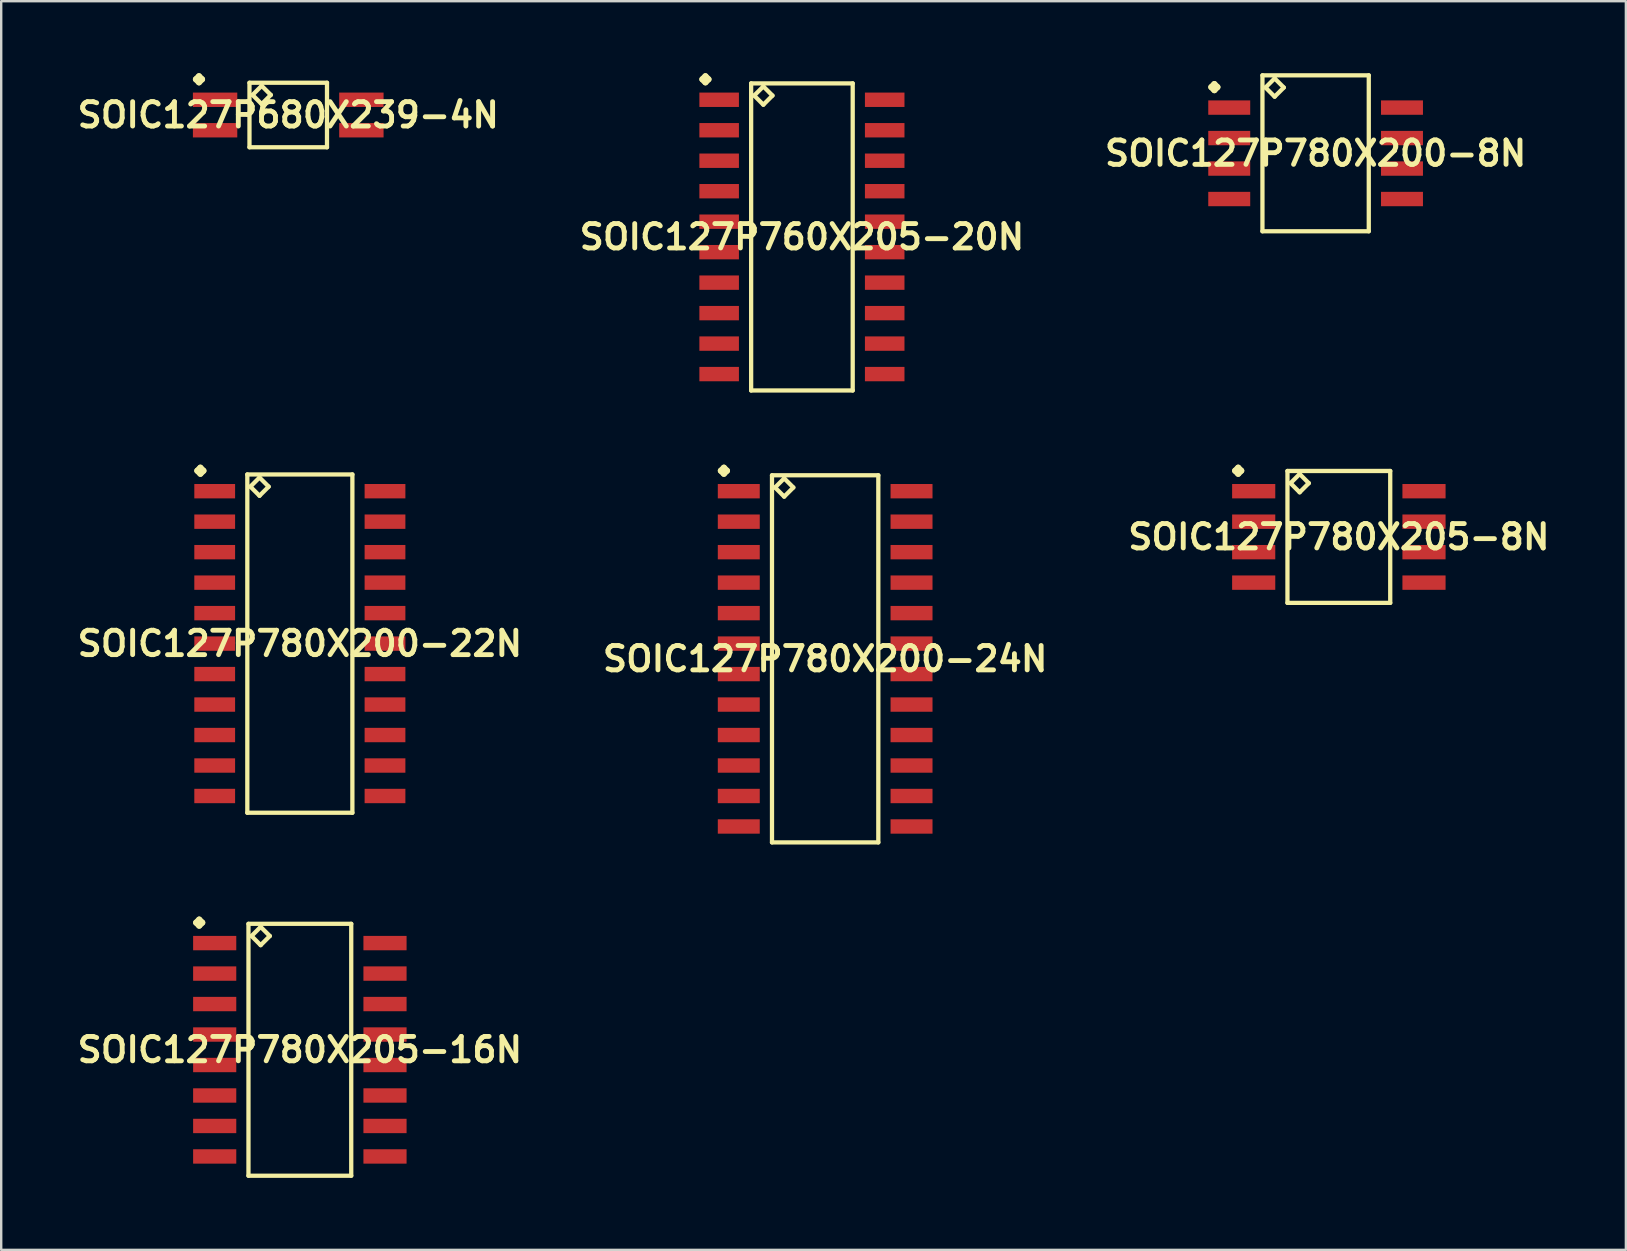
<source format=kicad_pcb>
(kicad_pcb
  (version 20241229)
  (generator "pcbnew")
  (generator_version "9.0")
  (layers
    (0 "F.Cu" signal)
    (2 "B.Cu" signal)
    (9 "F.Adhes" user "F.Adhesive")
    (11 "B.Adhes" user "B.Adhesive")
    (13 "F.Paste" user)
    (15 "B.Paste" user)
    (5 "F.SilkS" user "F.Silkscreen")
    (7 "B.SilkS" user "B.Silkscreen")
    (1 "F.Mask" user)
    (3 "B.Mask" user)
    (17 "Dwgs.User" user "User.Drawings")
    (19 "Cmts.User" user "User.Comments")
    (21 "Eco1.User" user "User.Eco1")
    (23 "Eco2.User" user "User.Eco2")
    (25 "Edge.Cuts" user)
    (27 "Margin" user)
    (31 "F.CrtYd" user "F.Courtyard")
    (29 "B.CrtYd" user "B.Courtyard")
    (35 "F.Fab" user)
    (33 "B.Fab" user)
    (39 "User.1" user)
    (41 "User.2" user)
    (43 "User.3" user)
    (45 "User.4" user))
  (footprint "SOIC127P680X239-4N"
    (layer "F.Cu")
    (at 8.96 1.742)
    (property "Reference" "SOIC127P680X239-4N" (at 0 0 0) (layer "F.SilkS") (effects (font (size 1.016 1.016) (thickness 0.203))))
    (attr smd)
    (fp_line (start -3.846 -1.488) (end -3.719 -1.615) (stroke (width 0.254) (type solid)) (layer "F.SilkS"))
    (fp_line (start -3.719 -1.615) (end -3.592 -1.488) (stroke (width 0.254) (type solid)) (layer "F.SilkS"))
    (fp_line (start -3.719 -1.361) (end -3.846 -1.488) (stroke (width 0.254) (type solid)) (layer "F.SilkS"))
    (fp_line (start -3.592 -1.488) (end -3.719 -1.361) (stroke (width 0.254) (type solid)) (layer "F.SilkS"))
    (fp_line (start -1.615 -1.344) (end -1.615 1.344) (stroke (width 0.178) (type solid)) (layer "F.SilkS"))
    (fp_line (start -1.615 1.344) (end 1.615 1.344) (stroke (width 0.178) (type solid)) (layer "F.SilkS"))
    (fp_line (start -1.488 -0.836) (end -1.107 -1.217) (stroke (width 0.178) (type solid)) (layer "F.SilkS"))
    (fp_line (start -1.107 -1.217) (end -0.726 -0.836) (stroke (width 0.178) (type solid)) (layer "F.SilkS"))
    (fp_line (start -1.107 -0.455) (end -1.488 -0.836) (stroke (width 0.178) (type solid)) (layer "F.SilkS"))
    (fp_line (start -0.726 -0.836) (end -1.107 -0.455) (stroke (width 0.178) (type solid)) (layer "F.SilkS"))
    (fp_line (start 1.615 -1.344) (end -1.615 -1.344) (stroke (width 0.178) (type solid)) (layer "F.SilkS"))
    (fp_line (start 1.615 1.344) (end 1.615 -1.344) (stroke (width 0.178) (type solid)) (layer "F.SilkS"))
    (pad "1" smd rect (at -3.048 -0.635) (size 1.849 0.599) (layers "F.Cu" "F.Mask" "F.Paste"))
    (pad "2" smd rect (at -3.048 0.635) (size 1.849 0.599) (layers "F.Cu" "F.Mask" "F.Paste"))
    (pad "3" smd rect (at 3.048 0.635) (size 1.849 0.599) (layers "F.Cu" "F.Mask" "F.Paste"))
    (pad "4" smd rect (at 3.048 -0.635) (size 1.849 0.599) (layers "F.Cu" "F.Mask" "F.Paste")))
  (footprint "SOIC127P780X200-24N"
    (layer "F.Cu")
    (at 31.332 24.402)
    (property "Reference" "SOIC127P780X200-24N" (at 0 0 0) (layer "F.SilkS") (effects (font (size 1.016 1.016) (thickness 0.203))))
    (attr smd)
    (fp_line (start -4.346 -7.838) (end -4.219 -7.965) (stroke (width 0.254) (type solid)) (layer "F.SilkS"))
    (fp_line (start -4.219 -7.965) (end -4.092 -7.838) (stroke (width 0.254) (type solid)) (layer "F.SilkS"))
    (fp_line (start -4.219 -7.711) (end -4.346 -7.838) (stroke (width 0.254) (type solid)) (layer "F.SilkS"))
    (fp_line (start -4.092 -7.838) (end -4.219 -7.711) (stroke (width 0.254) (type solid)) (layer "F.SilkS"))
    (fp_line (start -2.215 -7.648) (end -2.215 7.648) (stroke (width 0.178) (type solid)) (layer "F.SilkS"))
    (fp_line (start -2.215 7.648) (end 2.215 7.648) (stroke (width 0.178) (type solid)) (layer "F.SilkS"))
    (fp_line (start -2.088 -7.14) (end -1.707 -7.521) (stroke (width 0.178) (type solid)) (layer "F.SilkS"))
    (fp_line (start -1.707 -7.521) (end -1.326 -7.14) (stroke (width 0.178) (type solid)) (layer "F.SilkS"))
    (fp_line (start -1.707 -6.759) (end -2.088 -7.14) (stroke (width 0.178) (type solid)) (layer "F.SilkS"))
    (fp_line (start -1.326 -7.14) (end -1.707 -6.759) (stroke (width 0.178) (type solid)) (layer "F.SilkS"))
    (fp_line (start 2.215 -7.648) (end -2.215 -7.648) (stroke (width 0.178) (type solid)) (layer "F.SilkS"))
    (fp_line (start 2.215 7.648) (end 2.215 -7.648) (stroke (width 0.178) (type solid)) (layer "F.SilkS"))
    (pad "1" smd rect (at -3.599 -6.985) (size 1.748 0.599) (layers "F.Cu" "F.Mask" "F.Paste"))
    (pad "2" smd rect (at -3.599 -5.715) (size 1.748 0.599) (layers "F.Cu" "F.Mask" "F.Paste"))
    (pad "3" smd rect (at -3.599 -4.445) (size 1.748 0.599) (layers "F.Cu" "F.Mask" "F.Paste"))
    (pad "4" smd rect (at -3.599 -3.175) (size 1.748 0.599) (layers "F.Cu" "F.Mask" "F.Paste"))
    (pad "5" smd rect (at -3.599 -1.905) (size 1.748 0.599) (layers "F.Cu" "F.Mask" "F.Paste"))
    (pad "6" smd rect (at -3.599 -0.635) (size 1.748 0.599) (layers "F.Cu" "F.Mask" "F.Paste"))
    (pad "7" smd rect (at -3.599 0.635) (size 1.748 0.599) (layers "F.Cu" "F.Mask" "F.Paste"))
    (pad "8" smd rect (at -3.599 1.905) (size 1.748 0.599) (layers "F.Cu" "F.Mask" "F.Paste"))
    (pad "9" smd rect (at -3.599 3.175) (size 1.748 0.599) (layers "F.Cu" "F.Mask" "F.Paste"))
    (pad "10" smd rect (at -3.599 4.445) (size 1.748 0.599) (layers "F.Cu" "F.Mask" "F.Paste"))
    (pad "11" smd rect (at -3.599 5.715) (size 1.748 0.599) (layers "F.Cu" "F.Mask" "F.Paste"))
    (pad "12" smd rect (at -3.599 6.985) (size 1.748 0.599) (layers "F.Cu" "F.Mask" "F.Paste"))
    (pad "13" smd rect (at 3.599 6.985) (size 1.748 0.599) (layers "F.Cu" "F.Mask" "F.Paste"))
    (pad "14" smd rect (at 3.599 5.715) (size 1.748 0.599) (layers "F.Cu" "F.Mask" "F.Paste"))
    (pad "15" smd rect (at 3.599 4.445) (size 1.748 0.599) (layers "F.Cu" "F.Mask" "F.Paste"))
    (pad "16" smd rect (at 3.599 3.175) (size 1.748 0.599) (layers "F.Cu" "F.Mask" "F.Paste"))
    (pad "17" smd rect (at 3.599 1.905) (size 1.748 0.599) (layers "F.Cu" "F.Mask" "F.Paste"))
    (pad "18" smd rect (at 3.599 0.635) (size 1.748 0.599) (layers "F.Cu" "F.Mask" "F.Paste"))
    (pad "19" smd rect (at 3.599 -0.635) (size 1.748 0.599) (layers "F.Cu" "F.Mask" "F.Paste"))
    (pad "20" smd rect (at 3.599 -1.905) (size 1.748 0.599) (layers "F.Cu" "F.Mask" "F.Paste"))
    (pad "21" smd rect (at 3.599 -3.175) (size 1.748 0.599) (layers "F.Cu" "F.Mask" "F.Paste"))
    (pad "22" smd rect (at 3.599 -4.445) (size 1.748 0.599) (layers "F.Cu" "F.Mask" "F.Paste"))
    (pad "23" smd rect (at 3.599 -5.715) (size 1.748 0.599) (layers "F.Cu" "F.Mask" "F.Paste"))
    (pad "24" smd rect (at 3.599 -6.985) (size 1.748 0.599) (layers "F.Cu" "F.Mask" "F.Paste")))
  (footprint "SOIC127P760X205-20N"
    (layer "F.Cu")
    (at 30.364 6.822)
    (property "Reference" "SOIC127P760X205-20N" (at 0 0 0) (layer "F.SilkS") (effects (font (size 1.016 1.016) (thickness 0.203))))
    (attr smd)
    (fp_line (start -4.148 -6.568) (end -4.021 -6.695) (stroke (width 0.254) (type solid)) (layer "F.SilkS"))
    (fp_line (start -4.021 -6.695) (end -3.894 -6.568) (stroke (width 0.254) (type solid)) (layer "F.SilkS"))
    (fp_line (start -4.021 -6.441) (end -4.148 -6.568) (stroke (width 0.254) (type solid)) (layer "F.SilkS"))
    (fp_line (start -3.894 -6.568) (end -4.021 -6.441) (stroke (width 0.254) (type solid)) (layer "F.SilkS"))
    (fp_line (start -2.116 -6.398) (end -2.116 6.398) (stroke (width 0.178) (type solid)) (layer "F.SilkS"))
    (fp_line (start -2.116 6.398) (end 2.116 6.398) (stroke (width 0.178) (type solid)) (layer "F.SilkS"))
    (fp_line (start -1.989 -5.89) (end -1.608 -6.271) (stroke (width 0.178) (type solid)) (layer "F.SilkS"))
    (fp_line (start -1.608 -6.271) (end -1.227 -5.89) (stroke (width 0.178) (type solid)) (layer "F.SilkS"))
    (fp_line (start -1.608 -5.509) (end -1.989 -5.89) (stroke (width 0.178) (type solid)) (layer "F.SilkS"))
    (fp_line (start -1.227 -5.89) (end -1.608 -5.509) (stroke (width 0.178) (type solid)) (layer "F.SilkS"))
    (fp_line (start 2.116 -6.398) (end -2.116 -6.398) (stroke (width 0.178) (type solid)) (layer "F.SilkS"))
    (fp_line (start 2.116 6.398) (end 2.116 -6.398) (stroke (width 0.178) (type solid)) (layer "F.SilkS"))
    (pad "1" smd rect (at -3.449 -5.715) (size 1.648 0.599) (layers "F.Cu" "F.Mask" "F.Paste"))
    (pad "2" smd rect (at -3.449 -4.445) (size 1.648 0.599) (layers "F.Cu" "F.Mask" "F.Paste"))
    (pad "3" smd rect (at -3.449 -3.175) (size 1.648 0.599) (layers "F.Cu" "F.Mask" "F.Paste"))
    (pad "4" smd rect (at -3.449 -1.905) (size 1.648 0.599) (layers "F.Cu" "F.Mask" "F.Paste"))
    (pad "5" smd rect (at -3.449 -0.635) (size 1.648 0.599) (layers "F.Cu" "F.Mask" "F.Paste"))
    (pad "6" smd rect (at -3.449 0.635) (size 1.648 0.599) (layers "F.Cu" "F.Mask" "F.Paste"))
    (pad "7" smd rect (at -3.449 1.905) (size 1.648 0.599) (layers "F.Cu" "F.Mask" "F.Paste"))
    (pad "8" smd rect (at -3.449 3.175) (size 1.648 0.599) (layers "F.Cu" "F.Mask" "F.Paste"))
    (pad "9" smd rect (at -3.449 4.445) (size 1.648 0.599) (layers "F.Cu" "F.Mask" "F.Paste"))
    (pad "10" smd rect (at -3.449 5.715) (size 1.648 0.599) (layers "F.Cu" "F.Mask" "F.Paste"))
    (pad "11" smd rect (at 3.449 5.715) (size 1.648 0.599) (layers "F.Cu" "F.Mask" "F.Paste"))
    (pad "12" smd rect (at 3.449 4.445) (size 1.648 0.599) (layers "F.Cu" "F.Mask" "F.Paste"))
    (pad "13" smd rect (at 3.449 3.175) (size 1.648 0.599) (layers "F.Cu" "F.Mask" "F.Paste"))
    (pad "14" smd rect (at 3.449 1.905) (size 1.648 0.599) (layers "F.Cu" "F.Mask" "F.Paste"))
    (pad "15" smd rect (at 3.449 0.635) (size 1.648 0.599) (layers "F.Cu" "F.Mask" "F.Paste"))
    (pad "16" smd rect (at 3.449 -0.635) (size 1.648 0.599) (layers "F.Cu" "F.Mask" "F.Paste"))
    (pad "17" smd rect (at 3.449 -1.905) (size 1.648 0.599) (layers "F.Cu" "F.Mask" "F.Paste"))
    (pad "18" smd rect (at 3.449 -3.175) (size 1.648 0.599) (layers "F.Cu" "F.Mask" "F.Paste"))
    (pad "19" smd rect (at 3.449 -4.445) (size 1.648 0.599) (layers "F.Cu" "F.Mask" "F.Paste"))
    (pad "20" smd rect (at 3.449 -5.715) (size 1.648 0.599) (layers "F.Cu" "F.Mask" "F.Paste")))
  (footprint "SOIC127P780X200-22N"
    (layer "F.Cu")
    (at 9.444 23.767)
    (property "Reference" "SOIC127P780X200-22N" (at 0 0 0) (layer "F.SilkS") (effects (font (size 1.016 1.016) (thickness 0.203))))
    (attr smd)
    (fp_line (start -4.272 -7.203) (end -4.145 -7.33) (stroke (width 0.254) (type solid)) (layer "F.SilkS"))
    (fp_line (start -4.145 -7.33) (end -4.018 -7.203) (stroke (width 0.254) (type solid)) (layer "F.SilkS"))
    (fp_line (start -4.145 -7.076) (end -4.272 -7.203) (stroke (width 0.254) (type solid)) (layer "F.SilkS"))
    (fp_line (start -4.018 -7.203) (end -4.145 -7.076) (stroke (width 0.254) (type solid)) (layer "F.SilkS"))
    (fp_line (start -2.189 -7.048) (end -2.189 7.048) (stroke (width 0.178) (type solid)) (layer "F.SilkS"))
    (fp_line (start -2.189 7.048) (end 2.189 7.048) (stroke (width 0.178) (type solid)) (layer "F.SilkS"))
    (fp_line (start -2.062 -6.54) (end -1.681 -6.921) (stroke (width 0.178) (type solid)) (layer "F.SilkS"))
    (fp_line (start -1.681 -6.921) (end -1.3 -6.54) (stroke (width 0.178) (type solid)) (layer "F.SilkS"))
    (fp_line (start -1.681 -6.16) (end -2.062 -6.54) (stroke (width 0.178) (type solid)) (layer "F.SilkS"))
    (fp_line (start -1.3 -6.54) (end -1.681 -6.16) (stroke (width 0.178) (type solid)) (layer "F.SilkS"))
    (fp_line (start 2.189 -7.048) (end -2.189 -7.048) (stroke (width 0.178) (type solid)) (layer "F.SilkS"))
    (fp_line (start 2.189 7.048) (end 2.189 -7.048) (stroke (width 0.178) (type solid)) (layer "F.SilkS"))
    (pad "1" smd rect (at -3.548 -6.35) (size 1.699 0.599) (layers "F.Cu" "F.Mask" "F.Paste"))
    (pad "2" smd rect (at -3.548 -5.08) (size 1.699 0.599) (layers "F.Cu" "F.Mask" "F.Paste"))
    (pad "3" smd rect (at -3.548 -3.81) (size 1.699 0.599) (layers "F.Cu" "F.Mask" "F.Paste"))
    (pad "4" smd rect (at -3.548 -2.54) (size 1.699 0.599) (layers "F.Cu" "F.Mask" "F.Paste"))
    (pad "5" smd rect (at -3.548 -1.27) (size 1.699 0.599) (layers "F.Cu" "F.Mask" "F.Paste"))
    (pad "6" smd rect (at -3.548 0) (size 1.699 0.599) (layers "F.Cu" "F.Mask" "F.Paste"))
    (pad "7" smd rect (at -3.548 1.27) (size 1.699 0.599) (layers "F.Cu" "F.Mask" "F.Paste"))
    (pad "8" smd rect (at -3.548 2.54) (size 1.699 0.599) (layers "F.Cu" "F.Mask" "F.Paste"))
    (pad "9" smd rect (at -3.548 3.81) (size 1.699 0.599) (layers "F.Cu" "F.Mask" "F.Paste"))
    (pad "10" smd rect (at -3.548 5.08) (size 1.699 0.599) (layers "F.Cu" "F.Mask" "F.Paste"))
    (pad "11" smd rect (at -3.548 6.35) (size 1.699 0.599) (layers "F.Cu" "F.Mask" "F.Paste"))
    (pad "12" smd rect (at 3.548 6.35) (size 1.699 0.599) (layers "F.Cu" "F.Mask" "F.Paste"))
    (pad "13" smd rect (at 3.548 5.08) (size 1.699 0.599) (layers "F.Cu" "F.Mask" "F.Paste"))
    (pad "14" smd rect (at 3.548 3.81) (size 1.699 0.599) (layers "F.Cu" "F.Mask" "F.Paste"))
    (pad "15" smd rect (at 3.548 2.54) (size 1.699 0.599) (layers "F.Cu" "F.Mask" "F.Paste"))
    (pad "16" smd rect (at 3.548 1.27) (size 1.699 0.599) (layers "F.Cu" "F.Mask" "F.Paste"))
    (pad "17" smd rect (at 3.548 0) (size 1.699 0.599) (layers "F.Cu" "F.Mask" "F.Paste"))
    (pad "18" smd rect (at 3.548 -1.27) (size 1.699 0.599) (layers "F.Cu" "F.Mask" "F.Paste"))
    (pad "19" smd rect (at 3.548 -2.54) (size 1.699 0.599) (layers "F.Cu" "F.Mask" "F.Paste"))
    (pad "20" smd rect (at 3.548 -3.81) (size 1.699 0.599) (layers "F.Cu" "F.Mask" "F.Paste"))
    (pad "21" smd rect (at 3.548 -5.08) (size 1.699 0.599) (layers "F.Cu" "F.Mask" "F.Paste"))
    (pad "22" smd rect (at 3.548 -6.35) (size 1.699 0.599) (layers "F.Cu" "F.Mask" "F.Paste")))
  (footprint "SOIC127P780X205-8N"
    (layer "F.Cu")
    (at 52.736 19.322)
    (property "Reference" "SOIC127P780X205-8N" (at 0 0 0) (layer "F.SilkS") (effects (font (size 1.016 1.016) (thickness 0.203))))
    (attr smd)
    (fp_line (start -4.321 -2.758) (end -4.194 -2.885) (stroke (width 0.254) (type solid)) (layer "F.SilkS"))
    (fp_line (start -4.194 -2.885) (end -4.067 -2.758) (stroke (width 0.254) (type solid)) (layer "F.SilkS"))
    (fp_line (start -4.194 -2.631) (end -4.321 -2.758) (stroke (width 0.254) (type solid)) (layer "F.SilkS"))
    (fp_line (start -4.067 -2.758) (end -4.194 -2.631) (stroke (width 0.254) (type solid)) (layer "F.SilkS"))
    (fp_line (start -2.141 -2.748) (end -2.141 2.748) (stroke (width 0.178) (type solid)) (layer "F.SilkS"))
    (fp_line (start -2.141 2.748) (end 2.141 2.748) (stroke (width 0.178) (type solid)) (layer "F.SilkS"))
    (fp_line (start -2.014 -2.24) (end -1.633 -2.621) (stroke (width 0.178) (type solid)) (layer "F.SilkS"))
    (fp_line (start -1.633 -2.621) (end -1.252 -2.24) (stroke (width 0.178) (type solid)) (layer "F.SilkS"))
    (fp_line (start -1.633 -1.859) (end -2.014 -2.24) (stroke (width 0.178) (type solid)) (layer "F.SilkS"))
    (fp_line (start -1.252 -2.24) (end -1.633 -1.859) (stroke (width 0.178) (type solid)) (layer "F.SilkS"))
    (fp_line (start 2.141 -2.748) (end -2.141 -2.748) (stroke (width 0.178) (type solid)) (layer "F.SilkS"))
    (fp_line (start 2.141 2.748) (end 2.141 -2.748) (stroke (width 0.178) (type solid)) (layer "F.SilkS"))
    (pad "1" smd rect (at -3.548 -1.905) (size 1.798 0.599) (layers "F.Cu" "F.Mask" "F.Paste"))
    (pad "2" smd rect (at -3.548 -0.635) (size 1.798 0.599) (layers "F.Cu" "F.Mask" "F.Paste"))
    (pad "3" smd rect (at -3.548 0.635) (size 1.798 0.599) (layers "F.Cu" "F.Mask" "F.Paste"))
    (pad "4" smd rect (at -3.548 1.905) (size 1.798 0.599) (layers "F.Cu" "F.Mask" "F.Paste"))
    (pad "5" smd rect (at 3.548 1.905) (size 1.798 0.599) (layers "F.Cu" "F.Mask" "F.Paste"))
    (pad "6" smd rect (at 3.548 0.635) (size 1.798 0.599) (layers "F.Cu" "F.Mask" "F.Paste"))
    (pad "7" smd rect (at 3.548 -0.635) (size 1.798 0.599) (layers "F.Cu" "F.Mask" "F.Paste"))
    (pad "8" smd rect (at 3.548 -1.905) (size 1.798 0.599) (layers "F.Cu" "F.Mask" "F.Paste")))
  (footprint "SOIC127P780X205-16N"
    (layer "F.Cu")
    (at 9.444 40.691)
    (property "Reference" "SOIC127P780X205-16N" (at 0 0 0) (layer "F.SilkS") (effects (font (size 1.016 1.016) (thickness 0.203))))
    (attr smd)
    (fp_line (start -4.321 -5.298) (end -4.194 -5.425) (stroke (width 0.254) (type solid)) (layer "F.SilkS"))
    (fp_line (start -4.194 -5.425) (end -4.067 -5.298) (stroke (width 0.254) (type solid)) (layer "F.SilkS"))
    (fp_line (start -4.194 -5.171) (end -4.321 -5.298) (stroke (width 0.254) (type solid)) (layer "F.SilkS"))
    (fp_line (start -4.067 -5.298) (end -4.194 -5.171) (stroke (width 0.254) (type solid)) (layer "F.SilkS"))
    (fp_line (start -2.141 -5.248) (end -2.141 5.248) (stroke (width 0.178) (type solid)) (layer "F.SilkS"))
    (fp_line (start -2.141 5.248) (end 2.141 5.248) (stroke (width 0.178) (type solid)) (layer "F.SilkS"))
    (fp_line (start -2.014 -4.74) (end -1.633 -5.121) (stroke (width 0.178) (type solid)) (layer "F.SilkS"))
    (fp_line (start -1.633 -5.121) (end -1.252 -4.74) (stroke (width 0.178) (type solid)) (layer "F.SilkS"))
    (fp_line (start -1.633 -4.359) (end -2.014 -4.74) (stroke (width 0.178) (type solid)) (layer "F.SilkS"))
    (fp_line (start -1.252 -4.74) (end -1.633 -4.359) (stroke (width 0.178) (type solid)) (layer "F.SilkS"))
    (fp_line (start 2.141 -5.248) (end -2.141 -5.248) (stroke (width 0.178) (type solid)) (layer "F.SilkS"))
    (fp_line (start 2.141 5.248) (end 2.141 -5.248) (stroke (width 0.178) (type solid)) (layer "F.SilkS"))
    (pad "1" smd rect (at -3.548 -4.445) (size 1.798 0.599) (layers "F.Cu" "F.Mask" "F.Paste"))
    (pad "2" smd rect (at -3.548 -3.175) (size 1.798 0.599) (layers "F.Cu" "F.Mask" "F.Paste"))
    (pad "3" smd rect (at -3.548 -1.905) (size 1.798 0.599) (layers "F.Cu" "F.Mask" "F.Paste"))
    (pad "4" smd rect (at -3.548 -0.635) (size 1.798 0.599) (layers "F.Cu" "F.Mask" "F.Paste"))
    (pad "5" smd rect (at -3.548 0.635) (size 1.798 0.599) (layers "F.Cu" "F.Mask" "F.Paste"))
    (pad "6" smd rect (at -3.548 1.905) (size 1.798 0.599) (layers "F.Cu" "F.Mask" "F.Paste"))
    (pad "7" smd rect (at -3.548 3.175) (size 1.798 0.599) (layers "F.Cu" "F.Mask" "F.Paste"))
    (pad "8" smd rect (at -3.548 4.445) (size 1.798 0.599) (layers "F.Cu" "F.Mask" "F.Paste"))
    (pad "9" smd rect (at 3.548 4.445) (size 1.798 0.599) (layers "F.Cu" "F.Mask" "F.Paste"))
    (pad "10" smd rect (at 3.548 3.175) (size 1.798 0.599) (layers "F.Cu" "F.Mask" "F.Paste"))
    (pad "11" smd rect (at 3.548 1.905) (size 1.798 0.599) (layers "F.Cu" "F.Mask" "F.Paste"))
    (pad "12" smd rect (at 3.548 0.635) (size 1.798 0.599) (layers "F.Cu" "F.Mask" "F.Paste"))
    (pad "13" smd rect (at 3.548 -0.635) (size 1.798 0.599) (layers "F.Cu" "F.Mask" "F.Paste"))
    (pad "14" smd rect (at 3.548 -1.905) (size 1.798 0.599) (layers "F.Cu" "F.Mask" "F.Paste"))
    (pad "15" smd rect (at 3.548 -3.175) (size 1.798 0.599) (layers "F.Cu" "F.Mask" "F.Paste"))
    (pad "16" smd rect (at 3.548 -4.445) (size 1.798 0.599) (layers "F.Cu" "F.Mask" "F.Paste")))
  (footprint "SOIC127P780X200-8N"
    (layer "F.Cu")
    (at 51.768 3.338)
    (property "Reference" "SOIC127P780X200-8N" (at 0 0 0) (layer "F.SilkS") (effects (font (size 1.016 1.016) (thickness 0.203))))
    (attr smd)
    (fp_line (start -4.346 -2.758) (end -4.219 -2.885) (stroke (width 0.254) (type solid)) (layer "F.SilkS"))
    (fp_line (start -4.219 -2.885) (end -4.092 -2.758) (stroke (width 0.254) (type solid)) (layer "F.SilkS"))
    (fp_line (start -4.219 -2.631) (end -4.346 -2.758) (stroke (width 0.254) (type solid)) (layer "F.SilkS"))
    (fp_line (start -4.092 -2.758) (end -4.219 -2.631) (stroke (width 0.254) (type solid)) (layer "F.SilkS"))
    (fp_line (start -2.215 -3.249) (end -2.215 3.249) (stroke (width 0.178) (type solid)) (layer "F.SilkS"))
    (fp_line (start -2.215 3.249) (end 2.215 3.249) (stroke (width 0.178) (type solid)) (layer "F.SilkS"))
    (fp_line (start -2.088 -2.741) (end -1.707 -3.122) (stroke (width 0.178) (type solid)) (layer "F.SilkS"))
    (fp_line (start -1.707 -3.122) (end -1.326 -2.741) (stroke (width 0.178) (type solid)) (layer "F.SilkS"))
    (fp_line (start -1.707 -2.36) (end -2.088 -2.741) (stroke (width 0.178) (type solid)) (layer "F.SilkS"))
    (fp_line (start -1.326 -2.741) (end -1.707 -2.36) (stroke (width 0.178) (type solid)) (layer "F.SilkS"))
    (fp_line (start 2.215 -3.249) (end -2.215 -3.249) (stroke (width 0.178) (type solid)) (layer "F.SilkS"))
    (fp_line (start 2.215 3.249) (end 2.215 -3.249) (stroke (width 0.178) (type solid)) (layer "F.SilkS"))
    (pad "1" smd rect (at -3.599 -1.905) (size 1.748 0.599) (layers "F.Cu" "F.Mask" "F.Paste"))
    (pad "2" smd rect (at -3.599 -0.635) (size 1.748 0.599) (layers "F.Cu" "F.Mask" "F.Paste"))
    (pad "3" smd rect (at -3.599 0.635) (size 1.748 0.599) (layers "F.Cu" "F.Mask" "F.Paste"))
    (pad "4" smd rect (at -3.599 1.905) (size 1.748 0.599) (layers "F.Cu" "F.Mask" "F.Paste"))
    (pad "5" smd rect (at 3.599 1.905) (size 1.748 0.599) (layers "F.Cu" "F.Mask" "F.Paste"))
    (pad "6" smd rect (at 3.599 0.635) (size 1.748 0.599) (layers "F.Cu" "F.Mask" "F.Paste"))
    (pad "7" smd rect (at 3.599 -0.635) (size 1.748 0.599) (layers "F.Cu" "F.Mask" "F.Paste"))
    (pad "8" smd rect (at 3.599 -1.905) (size 1.748 0.599) (layers "F.Cu" "F.Mask" "F.Paste")))
  (gr_rect
    (start -3 -3)
    (end 64.696 49.028)
    (stroke (width 0.1) (type default))
    (fill no)
    (layer "Edge.Cuts")))
</source>
